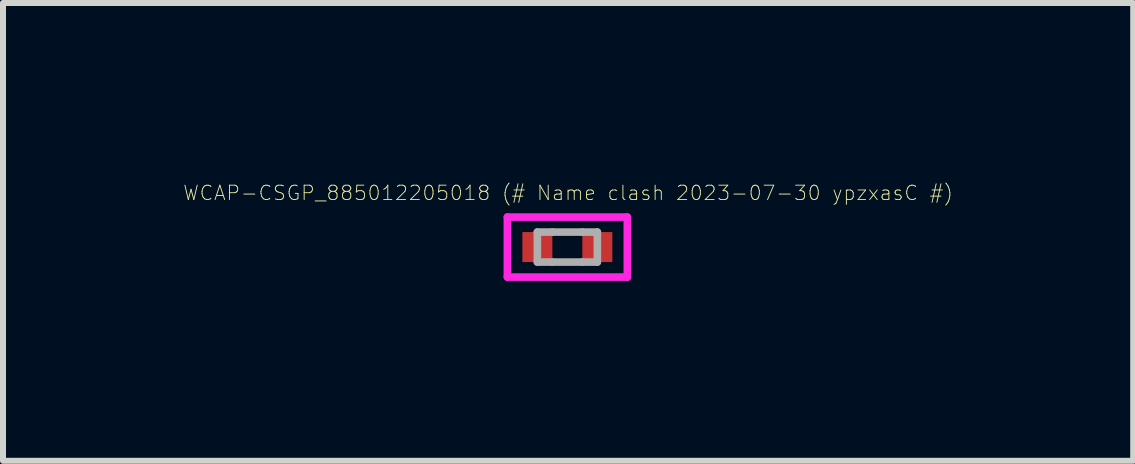
<source format=kicad_pcb>
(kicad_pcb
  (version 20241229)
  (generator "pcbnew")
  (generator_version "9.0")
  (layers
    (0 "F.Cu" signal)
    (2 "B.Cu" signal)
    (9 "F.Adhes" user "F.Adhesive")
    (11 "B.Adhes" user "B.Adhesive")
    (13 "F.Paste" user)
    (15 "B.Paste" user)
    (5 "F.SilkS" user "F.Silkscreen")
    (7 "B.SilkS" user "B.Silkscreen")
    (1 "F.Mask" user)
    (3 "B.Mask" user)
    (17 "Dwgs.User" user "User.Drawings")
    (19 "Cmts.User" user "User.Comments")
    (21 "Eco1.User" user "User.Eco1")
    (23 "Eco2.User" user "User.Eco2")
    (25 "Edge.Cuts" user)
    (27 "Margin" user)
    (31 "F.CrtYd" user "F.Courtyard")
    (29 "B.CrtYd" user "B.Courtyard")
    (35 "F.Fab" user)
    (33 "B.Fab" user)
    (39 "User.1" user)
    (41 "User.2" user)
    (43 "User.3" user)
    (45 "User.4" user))
  (footprint "WCAP-CSGP_885012205018 (# Name clash 2023-07-30 ypzxasC #)"
    (layer "F.Cu")
    (at 6.409 1.069)
    (property "Reference" "WCAP-CSGP_885012205018 (# Name clash 2023-07-30 ypzxasC #)" (at 0.012 -0.902 0) (layer "F.SilkS") (effects (font (size 0.24 0.24) (thickness 0.015))))
    (attr through_hole)
    (fp_line (start -1 -0.5) (end 1 -0.5) (stroke (width 0.127) (type solid)) (layer "F.CrtYd"))
    (fp_line (start -1 0.5) (end -1 -0.5) (stroke (width 0.127) (type solid)) (layer "F.CrtYd"))
    (fp_line (start 1 -0.5) (end 1 0.5) (stroke (width 0.127) (type solid)) (layer "F.CrtYd"))
    (fp_line (start 1 0.5) (end -1 0.5) (stroke (width 0.127) (type solid)) (layer "F.CrtYd"))
    (fp_line (start -0.5 -0.25) (end -0.5 0.25) (stroke (width 0.127) (type solid)) (layer "F.Fab"))
    (fp_line (start -0.5 -0.25) (end -0.25 -0.25) (stroke (width 0.127) (type solid)) (layer "F.Fab"))
    (fp_line (start -0.5 0.25) (end -0.25 0.25) (stroke (width 0.127) (type solid)) (layer "F.Fab"))
    (fp_line (start -0.25 -0.25) (end 0.25 -0.25) (stroke (width 0.127) (type solid)) (layer "F.Fab"))
    (fp_line (start -0.25 0.25) (end 0.25 0.25) (stroke (width 0.127) (type solid)) (layer "F.Fab"))
    (fp_line (start 0.25 -0.25) (end 0.5 -0.25) (stroke (width 0.127) (type solid)) (layer "F.Fab"))
    (fp_line (start 0.25 0.25) (end 0.5 0.25) (stroke (width 0.127) (type solid)) (layer "F.Fab"))
    (fp_line (start 0.5 0.25) (end 0.5 -0.25) (stroke (width 0.127) (type solid)) (layer "F.Fab"))
    (pad "1" smd rect (at -0.5 0) (size 0.5 0.5) (layers "F.Cu" "F.Mask" "F.Paste"))
    (pad "2" smd rect (at 0.5 0) (size 0.5 0.5) (layers "F.Cu" "F.Mask" "F.Paste")))
  (gr_rect
    (start -3 -3)
    (end 15.843 4.633)
    (stroke (width 0.1) (type default))
    (fill no)
    (layer "Edge.Cuts")))
</source>
